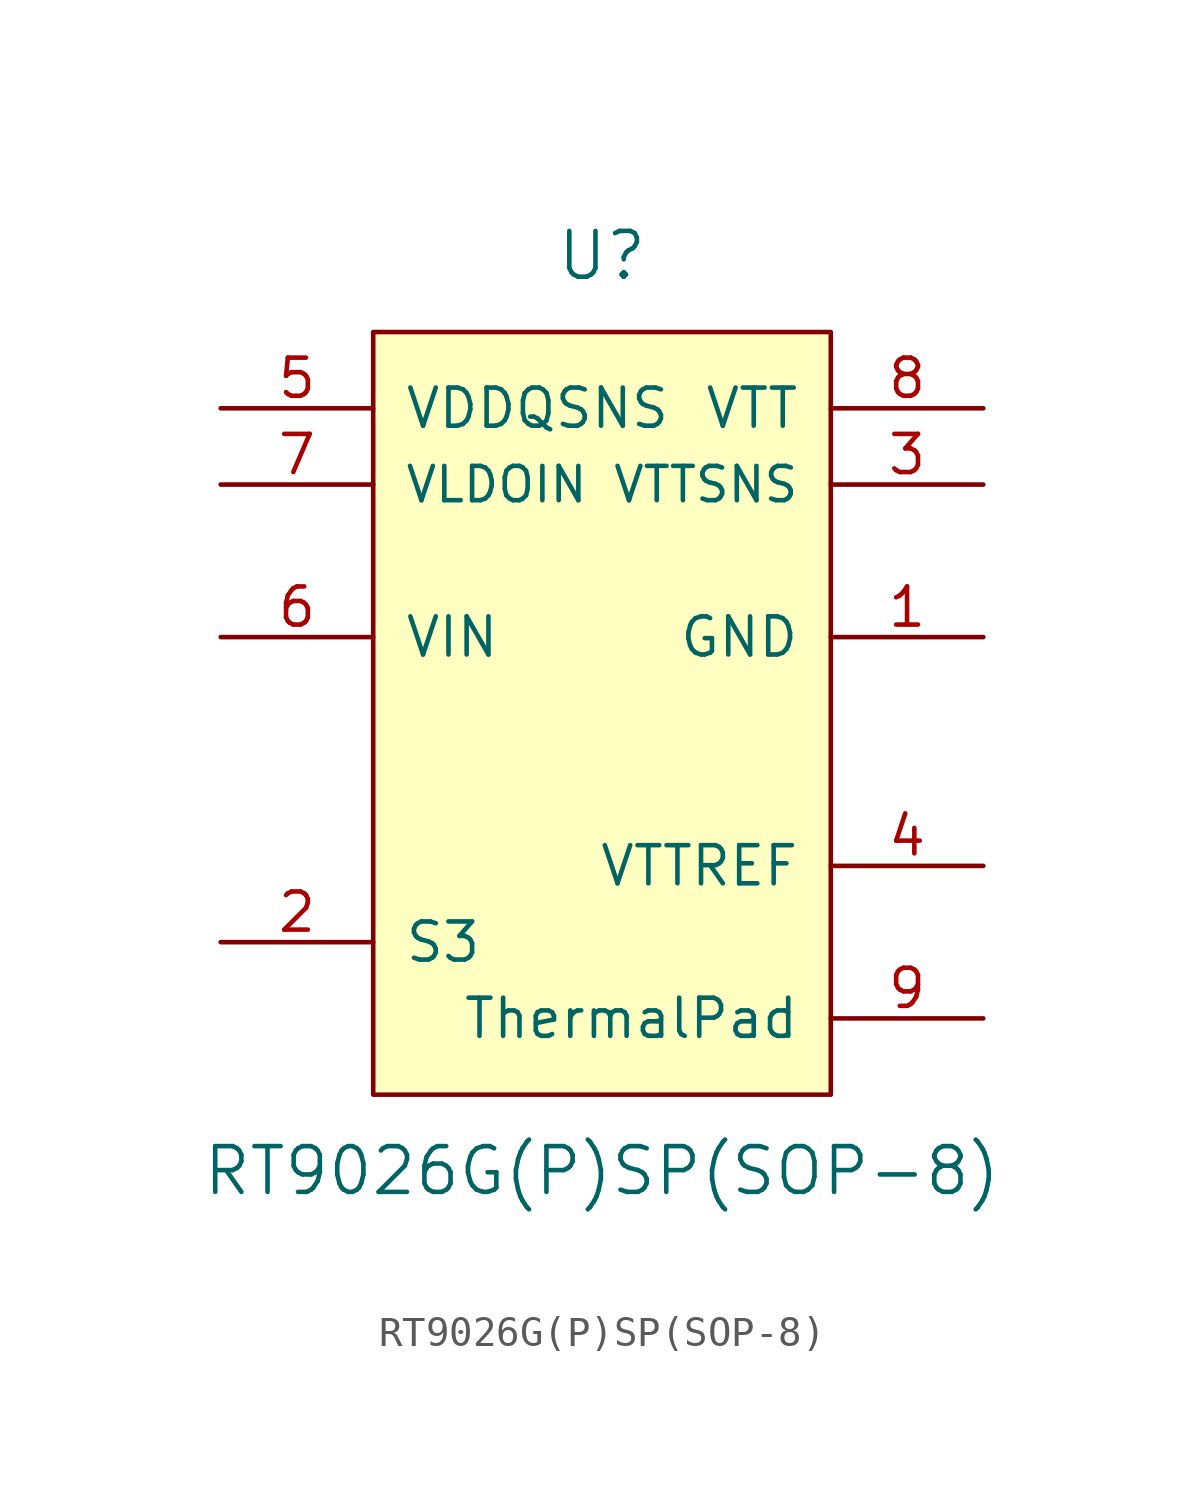
<source format=kicad_sym>
(kicad_symbol_lib
  (version 20220914)
  (generator kicad_symbol_editor)
  (symbol "RT9026G(P)SP(SOP-8)"
    (pin_names
      (offset 1.016))
    (property "Reference" "U"
      (at 0 15.24 0)
      (effects (font (size 1.524 1.524))))
    (property "Value" "RT9026G(P)SP(SOP-8)"
      (at 0 -15.24 0)
      (effects (font (size 1.524 1.524))))
    (symbol "RT9026G(P)SP(SOP-8)_1_1"
      (rectangle (start -7.62 12.7) (end 7.62 -12.7) (stroke (width 0) (type solid)) (fill (type background)))
      (pin power_in line (at 12.7 2.54 180) (length 5.08) (name "GND" (effects (font (size 1.27 1.27)))) (number "1" (effects (font (size 1.27 1.27)))))
      (pin input line (at -12.7 -7.62 0) (length 5.08) (name "S3" (effects (font (size 1.27 1.27)))) (number "2" (effects (font (size 1.27 1.27)))))
      (pin input line (at 12.7 7.62 180) (length 5.08) (name "VTTSNS" (effects (font (size 1.143 1.143)))) (number "3" (effects (font (size 1.27 1.27)))))
      (pin output line (at 12.7 -5.08 180) (length 5.08) (name "VTTREF" (effects (font (size 1.27 1.27)))) (number "4" (effects (font (size 1.27 1.27)))))
      (pin input line (at -12.7 10.16 0) (length 5.08) (name "VDDQSNS" (effects (font (size 1.27 1.27)))) (number "5" (effects (font (size 1.27 1.27)))))
      (pin power_in line (at -12.7 2.54 0) (length 5.08) (name "VIN" (effects (font (size 1.27 1.27)))) (number "6" (effects (font (size 1.27 1.27)))))
      (pin power_in line (at -12.7 7.62 0) (length 5.08) (name "VLDOIN" (effects (font (size 1.143 1.143)))) (number "7" (effects (font (size 1.27 1.27)))))
      (pin power_out line (at 12.7 10.16 180) (length 5.08) (name "VTT" (effects (font (size 1.27 1.27)))) (number "8" (effects (font (size 1.27 1.27)))))
      (pin input line (at 12.7 -10.16 180) (length 5.08) (name "ThermalPad" (effects (font (size 1.27 1.27)))) (number "9" (effects (font (size 1.27 1.27))))))))
</source>
